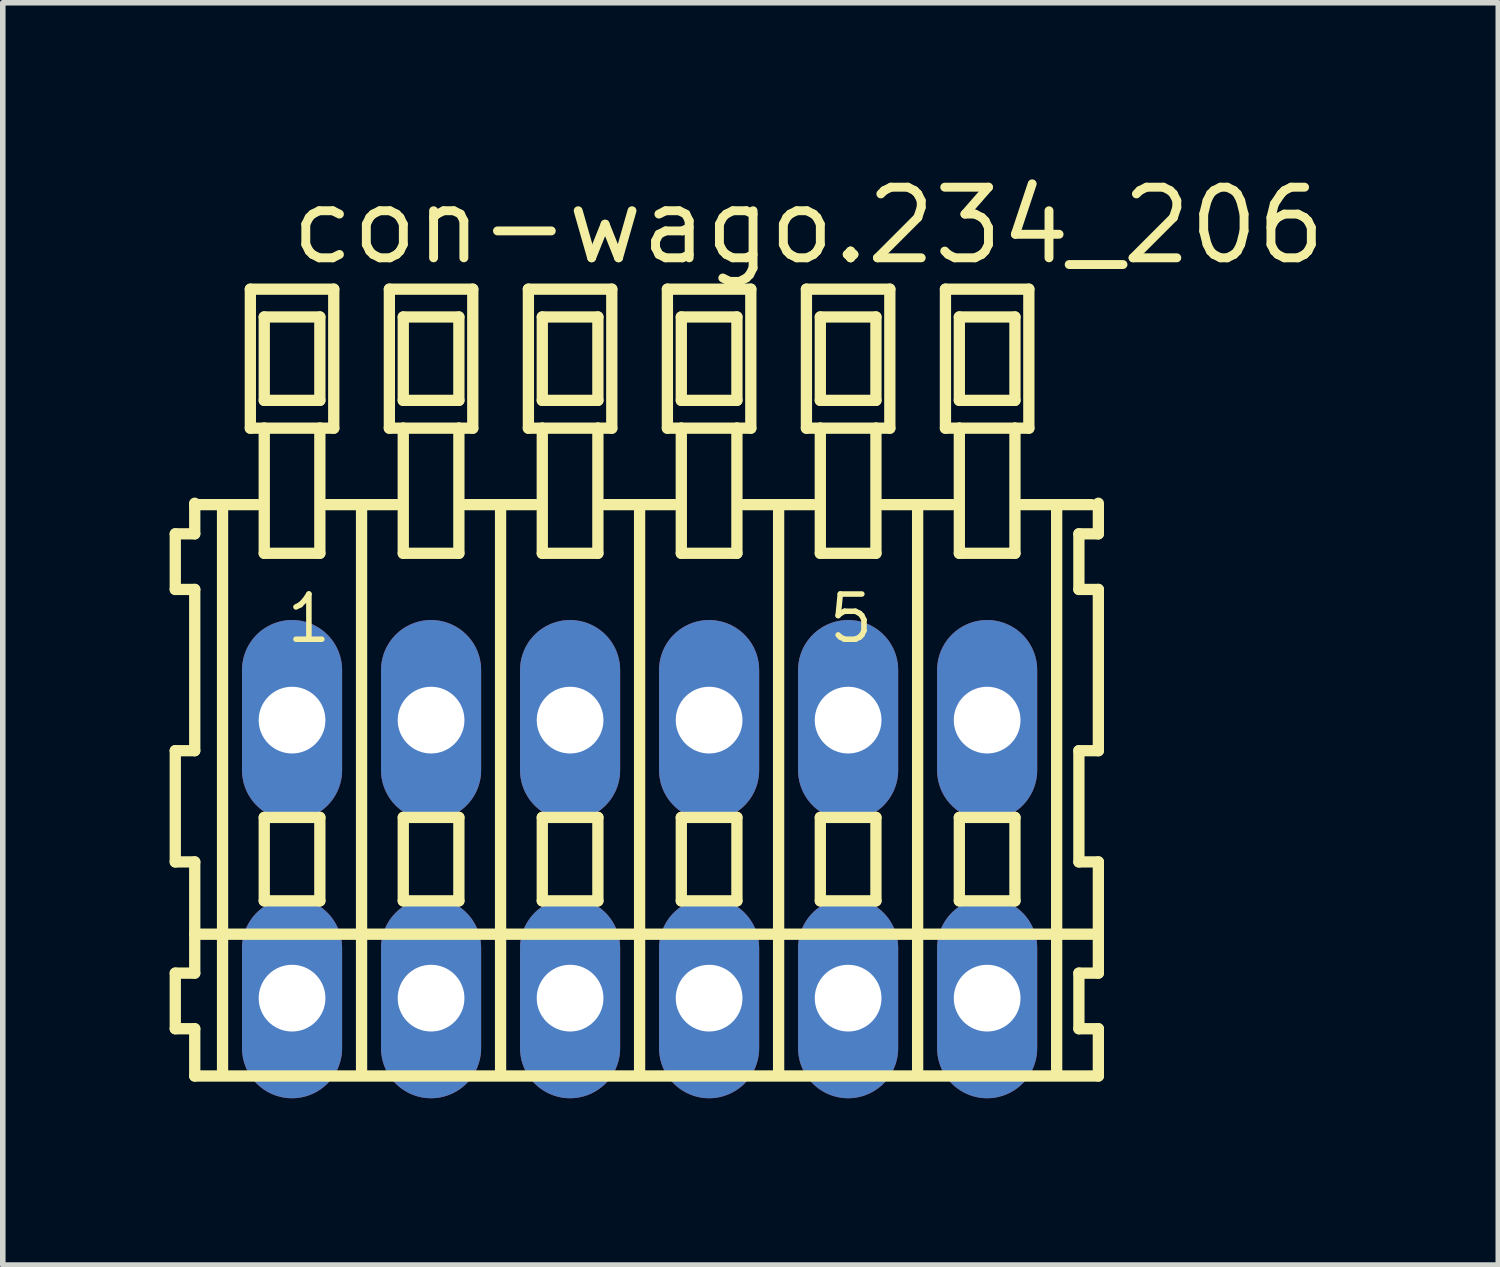
<source format=kicad_pcb>
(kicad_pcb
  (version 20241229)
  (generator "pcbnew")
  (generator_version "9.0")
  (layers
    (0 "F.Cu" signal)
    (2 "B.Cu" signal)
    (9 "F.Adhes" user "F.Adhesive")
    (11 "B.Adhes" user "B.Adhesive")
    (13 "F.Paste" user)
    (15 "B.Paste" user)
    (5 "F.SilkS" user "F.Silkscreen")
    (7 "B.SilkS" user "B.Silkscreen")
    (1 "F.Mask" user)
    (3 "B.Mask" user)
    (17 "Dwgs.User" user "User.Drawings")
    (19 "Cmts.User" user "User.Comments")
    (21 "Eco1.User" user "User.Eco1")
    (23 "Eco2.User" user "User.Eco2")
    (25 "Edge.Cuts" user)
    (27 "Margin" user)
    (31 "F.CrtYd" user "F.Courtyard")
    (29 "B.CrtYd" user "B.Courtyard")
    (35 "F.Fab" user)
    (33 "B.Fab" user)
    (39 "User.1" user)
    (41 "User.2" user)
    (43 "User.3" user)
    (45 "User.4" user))
  (footprint "con-wago.234_206"
    (layer "F.Cu")
    (at 8.452 12.4)
    (property "Reference" "con-wago.234_206" (at -6.35 -10.65 0) (layer "F.SilkS") (effects (font (size 1.27 1.27) (thickness 0.16)) (justify left bottom)))
    (attr through_hole)
    (fp_line (start -8.35 -5.85) (end -8.35 -4.85) (stroke (width 0.203) (type default)) (layer "F.SilkS"))
    (fp_line (start -8.35 -4.85) (end -8 -4.85) (stroke (width 0.203) (type default)) (layer "F.SilkS"))
    (fp_line (start -8.35 -1.95) (end -8.35 0.05) (stroke (width 0.203) (type default)) (layer "F.SilkS"))
    (fp_line (start -8.35 0.05) (end -8 0.05) (stroke (width 0.203) (type default)) (layer "F.SilkS"))
    (fp_line (start -8.35 2.05) (end -8.35 3.05) (stroke (width 0.203) (type default)) (layer "F.SilkS"))
    (fp_line (start -8.35 3.05) (end -8 3.05) (stroke (width 0.203) (type default)) (layer "F.SilkS"))
    (fp_line (start -8 -6.4) (end -8 -6.375) (stroke (width 0.203) (type default)) (layer "F.SilkS"))
    (fp_line (start -8 -6.375) (end -8 -5.85) (stroke (width 0.203) (type default)) (layer "F.SilkS"))
    (fp_line (start -8 -6.375) (end -6.875 -6.375) (stroke (width 0.203) (type default)) (layer "F.SilkS"))
    (fp_line (start -8 -5.85) (end -8.35 -5.85) (stroke (width 0.203) (type default)) (layer "F.SilkS"))
    (fp_line (start -8 -4.85) (end -8 -1.95) (stroke (width 0.203) (type default)) (layer "F.SilkS"))
    (fp_line (start -8 -1.95) (end -8.35 -1.95) (stroke (width 0.203) (type default)) (layer "F.SilkS"))
    (fp_line (start -8 0.05) (end -8 1.35) (stroke (width 0.203) (type default)) (layer "F.SilkS"))
    (fp_line (start -8 1.35) (end -8 2.05) (stroke (width 0.203) (type default)) (layer "F.SilkS"))
    (fp_line (start -8 1.35) (end 8.25 1.35) (stroke (width 0.203) (type default)) (layer "F.SilkS"))
    (fp_line (start -8 2.05) (end -8.35 2.05) (stroke (width 0.203) (type default)) (layer "F.SilkS"))
    (fp_line (start -8 3.05) (end -8 3.9) (stroke (width 0.203) (type default)) (layer "F.SilkS"))
    (fp_line (start -8 3.9) (end 8.25 3.9) (stroke (width 0.203) (type default)) (layer "F.SilkS"))
    (fp_line (start -7.5 -6.35) (end -7.5 3.8) (stroke (width 0.203) (type default)) (layer "F.SilkS"))
    (fp_line (start -7 -10.25) (end -7 -7.75) (stroke (width 0.203) (type default)) (layer "F.SilkS"))
    (fp_line (start -7 -7.75) (end -6.75 -7.75) (stroke (width 0.203) (type default)) (layer "F.SilkS"))
    (fp_line (start -6.75 -9.75) (end -6.75 -8.25) (stroke (width 0.203) (type default)) (layer "F.SilkS"))
    (fp_line (start -6.75 -8.25) (end -5.75 -8.25) (stroke (width 0.203) (type default)) (layer "F.SilkS"))
    (fp_line (start -6.75 -7.75) (end -6.75 -5.5) (stroke (width 0.203) (type default)) (layer "F.SilkS"))
    (fp_line (start -6.75 -7.75) (end -5.75 -7.75) (stroke (width 0.203) (type default)) (layer "F.SilkS"))
    (fp_line (start -6.75 -5.5) (end -5.75 -5.5) (stroke (width 0.203) (type default)) (layer "F.SilkS"))
    (fp_line (start -6.75 -0.75) (end -6.75 0.75) (stroke (width 0.203) (type default)) (layer "F.SilkS"))
    (fp_line (start -6.75 0.75) (end -5.75 0.75) (stroke (width 0.203) (type default)) (layer "F.SilkS"))
    (fp_line (start -5.75 -9.75) (end -6.75 -9.75) (stroke (width 0.203) (type default)) (layer "F.SilkS"))
    (fp_line (start -5.75 -8.25) (end -5.75 -9.75) (stroke (width 0.203) (type default)) (layer "F.SilkS"))
    (fp_line (start -5.75 -7.75) (end -5.5 -7.75) (stroke (width 0.203) (type default)) (layer "F.SilkS"))
    (fp_line (start -5.75 -5.5) (end -5.75 -7.75) (stroke (width 0.203) (type default)) (layer "F.SilkS"))
    (fp_line (start -5.75 -0.75) (end -6.75 -0.75) (stroke (width 0.203) (type default)) (layer "F.SilkS"))
    (fp_line (start -5.75 0.75) (end -5.75 -0.75) (stroke (width 0.203) (type default)) (layer "F.SilkS"))
    (fp_line (start -5.625 -6.375) (end -4.375 -6.375) (stroke (width 0.203) (type default)) (layer "F.SilkS"))
    (fp_line (start -5.5 -10.25) (end -7 -10.25) (stroke (width 0.203) (type default)) (layer "F.SilkS"))
    (fp_line (start -5.5 -7.75) (end -5.5 -10.25) (stroke (width 0.203) (type default)) (layer "F.SilkS"))
    (fp_line (start -5 -6.35) (end -5 3.8) (stroke (width 0.203) (type default)) (layer "F.SilkS"))
    (fp_line (start -4.5 -10.25) (end -4.5 -7.75) (stroke (width 0.203) (type default)) (layer "F.SilkS"))
    (fp_line (start -4.5 -7.75) (end -4.25 -7.75) (stroke (width 0.203) (type default)) (layer "F.SilkS"))
    (fp_line (start -4.25 -9.75) (end -4.25 -8.25) (stroke (width 0.203) (type default)) (layer "F.SilkS"))
    (fp_line (start -4.25 -8.25) (end -3.25 -8.25) (stroke (width 0.203) (type default)) (layer "F.SilkS"))
    (fp_line (start -4.25 -7.75) (end -4.25 -5.5) (stroke (width 0.203) (type default)) (layer "F.SilkS"))
    (fp_line (start -4.25 -7.75) (end -3.25 -7.75) (stroke (width 0.203) (type default)) (layer "F.SilkS"))
    (fp_line (start -4.25 -5.5) (end -3.25 -5.5) (stroke (width 0.203) (type default)) (layer "F.SilkS"))
    (fp_line (start -4.25 -0.75) (end -4.25 0.75) (stroke (width 0.203) (type default)) (layer "F.SilkS"))
    (fp_line (start -4.25 0.75) (end -3.25 0.75) (stroke (width 0.203) (type default)) (layer "F.SilkS"))
    (fp_line (start -3.25 -9.75) (end -4.25 -9.75) (stroke (width 0.203) (type default)) (layer "F.SilkS"))
    (fp_line (start -3.25 -8.25) (end -3.25 -9.75) (stroke (width 0.203) (type default)) (layer "F.SilkS"))
    (fp_line (start -3.25 -7.75) (end -3 -7.75) (stroke (width 0.203) (type default)) (layer "F.SilkS"))
    (fp_line (start -3.25 -5.5) (end -3.25 -7.75) (stroke (width 0.203) (type default)) (layer "F.SilkS"))
    (fp_line (start -3.25 -0.75) (end -4.25 -0.75) (stroke (width 0.203) (type default)) (layer "F.SilkS"))
    (fp_line (start -3.25 0.75) (end -3.25 -0.75) (stroke (width 0.203) (type default)) (layer "F.SilkS"))
    (fp_line (start -3.125 -6.375) (end -1.875 -6.375) (stroke (width 0.203) (type default)) (layer "F.SilkS"))
    (fp_line (start -3 -10.25) (end -4.5 -10.25) (stroke (width 0.203) (type default)) (layer "F.SilkS"))
    (fp_line (start -3 -7.75) (end -3 -10.25) (stroke (width 0.203) (type default)) (layer "F.SilkS"))
    (fp_line (start -2.5 -6.35) (end -2.5 3.8) (stroke (width 0.203) (type default)) (layer "F.SilkS"))
    (fp_line (start -2 -10.25) (end -2 -7.75) (stroke (width 0.203) (type default)) (layer "F.SilkS"))
    (fp_line (start -2 -7.75) (end -1.75 -7.75) (stroke (width 0.203) (type default)) (layer "F.SilkS"))
    (fp_line (start -1.75 -9.75) (end -1.75 -8.25) (stroke (width 0.203) (type default)) (layer "F.SilkS"))
    (fp_line (start -1.75 -8.25) (end -0.75 -8.25) (stroke (width 0.203) (type default)) (layer "F.SilkS"))
    (fp_line (start -1.75 -7.75) (end -1.75 -5.5) (stroke (width 0.203) (type default)) (layer "F.SilkS"))
    (fp_line (start -1.75 -7.75) (end -0.75 -7.75) (stroke (width 0.203) (type default)) (layer "F.SilkS"))
    (fp_line (start -1.75 -5.5) (end -0.75 -5.5) (stroke (width 0.203) (type default)) (layer "F.SilkS"))
    (fp_line (start -1.75 -0.75) (end -1.75 0.75) (stroke (width 0.203) (type default)) (layer "F.SilkS"))
    (fp_line (start -1.75 0.75) (end -0.75 0.75) (stroke (width 0.203) (type default)) (layer "F.SilkS"))
    (fp_line (start -0.75 -9.75) (end -1.75 -9.75) (stroke (width 0.203) (type default)) (layer "F.SilkS"))
    (fp_line (start -0.75 -8.25) (end -0.75 -9.75) (stroke (width 0.203) (type default)) (layer "F.SilkS"))
    (fp_line (start -0.75 -7.75) (end -0.5 -7.75) (stroke (width 0.203) (type default)) (layer "F.SilkS"))
    (fp_line (start -0.75 -5.5) (end -0.75 -7.75) (stroke (width 0.203) (type default)) (layer "F.SilkS"))
    (fp_line (start -0.75 -0.75) (end -1.75 -0.75) (stroke (width 0.203) (type default)) (layer "F.SilkS"))
    (fp_line (start -0.75 0.75) (end -0.75 -0.75) (stroke (width 0.203) (type default)) (layer "F.SilkS"))
    (fp_line (start -0.625 -6.375) (end 0.625 -6.375) (stroke (width 0.203) (type default)) (layer "F.SilkS"))
    (fp_line (start -0.5 -10.25) (end -2 -10.25) (stroke (width 0.203) (type default)) (layer "F.SilkS"))
    (fp_line (start -0.5 -7.75) (end -0.5 -10.25) (stroke (width 0.203) (type default)) (layer "F.SilkS"))
    (fp_line (start 0 -6.35) (end 0 3.8) (stroke (width 0.203) (type default)) (layer "F.SilkS"))
    (fp_line (start 0.5 -10.25) (end 0.5 -7.75) (stroke (width 0.203) (type default)) (layer "F.SilkS"))
    (fp_line (start 0.5 -7.75) (end 0.75 -7.75) (stroke (width 0.203) (type default)) (layer "F.SilkS"))
    (fp_line (start 0.75 -9.75) (end 0.75 -8.25) (stroke (width 0.203) (type default)) (layer "F.SilkS"))
    (fp_line (start 0.75 -8.25) (end 1.75 -8.25) (stroke (width 0.203) (type default)) (layer "F.SilkS"))
    (fp_line (start 0.75 -7.75) (end 0.75 -5.5) (stroke (width 0.203) (type default)) (layer "F.SilkS"))
    (fp_line (start 0.75 -7.75) (end 1.75 -7.75) (stroke (width 0.203) (type default)) (layer "F.SilkS"))
    (fp_line (start 0.75 -5.5) (end 1.75 -5.5) (stroke (width 0.203) (type default)) (layer "F.SilkS"))
    (fp_line (start 0.75 -0.75) (end 0.75 0.75) (stroke (width 0.203) (type default)) (layer "F.SilkS"))
    (fp_line (start 0.75 0.75) (end 1.75 0.75) (stroke (width 0.203) (type default)) (layer "F.SilkS"))
    (fp_line (start 1.75 -9.75) (end 0.75 -9.75) (stroke (width 0.203) (type default)) (layer "F.SilkS"))
    (fp_line (start 1.75 -8.25) (end 1.75 -9.75) (stroke (width 0.203) (type default)) (layer "F.SilkS"))
    (fp_line (start 1.75 -7.75) (end 2 -7.75) (stroke (width 0.203) (type default)) (layer "F.SilkS"))
    (fp_line (start 1.75 -5.5) (end 1.75 -7.75) (stroke (width 0.203) (type default)) (layer "F.SilkS"))
    (fp_line (start 1.75 -0.75) (end 0.75 -0.75) (stroke (width 0.203) (type default)) (layer "F.SilkS"))
    (fp_line (start 1.75 0.75) (end 1.75 -0.75) (stroke (width 0.203) (type default)) (layer "F.SilkS"))
    (fp_line (start 1.875 -6.375) (end 3.125 -6.375) (stroke (width 0.203) (type default)) (layer "F.SilkS"))
    (fp_line (start 2 -10.25) (end 0.5 -10.25) (stroke (width 0.203) (type default)) (layer "F.SilkS"))
    (fp_line (start 2 -7.75) (end 2 -10.25) (stroke (width 0.203) (type default)) (layer "F.SilkS"))
    (fp_line (start 2.5 -6.35) (end 2.5 3.8) (stroke (width 0.203) (type default)) (layer "F.SilkS"))
    (fp_line (start 3 -10.25) (end 3 -7.75) (stroke (width 0.203) (type default)) (layer "F.SilkS"))
    (fp_line (start 3 -7.75) (end 3.25 -7.75) (stroke (width 0.203) (type default)) (layer "F.SilkS"))
    (fp_line (start 3.25 -9.75) (end 3.25 -8.25) (stroke (width 0.203) (type default)) (layer "F.SilkS"))
    (fp_line (start 3.25 -8.25) (end 4.25 -8.25) (stroke (width 0.203) (type default)) (layer "F.SilkS"))
    (fp_line (start 3.25 -7.75) (end 3.25 -5.5) (stroke (width 0.203) (type default)) (layer "F.SilkS"))
    (fp_line (start 3.25 -7.75) (end 4.25 -7.75) (stroke (width 0.203) (type default)) (layer "F.SilkS"))
    (fp_line (start 3.25 -5.5) (end 4.25 -5.5) (stroke (width 0.203) (type default)) (layer "F.SilkS"))
    (fp_line (start 3.25 -0.75) (end 3.25 0.75) (stroke (width 0.203) (type default)) (layer "F.SilkS"))
    (fp_line (start 3.25 0.75) (end 4.25 0.75) (stroke (width 0.203) (type default)) (layer "F.SilkS"))
    (fp_line (start 4.25 -9.75) (end 3.25 -9.75) (stroke (width 0.203) (type default)) (layer "F.SilkS"))
    (fp_line (start 4.25 -8.25) (end 4.25 -9.75) (stroke (width 0.203) (type default)) (layer "F.SilkS"))
    (fp_line (start 4.25 -7.75) (end 4.5 -7.75) (stroke (width 0.203) (type default)) (layer "F.SilkS"))
    (fp_line (start 4.25 -5.5) (end 4.25 -7.75) (stroke (width 0.203) (type default)) (layer "F.SilkS"))
    (fp_line (start 4.25 -0.75) (end 3.25 -0.75) (stroke (width 0.203) (type default)) (layer "F.SilkS"))
    (fp_line (start 4.25 0.75) (end 4.25 -0.75) (stroke (width 0.203) (type default)) (layer "F.SilkS"))
    (fp_line (start 4.375 -6.375) (end 5.625 -6.375) (stroke (width 0.203) (type default)) (layer "F.SilkS"))
    (fp_line (start 4.5 -10.25) (end 3 -10.25) (stroke (width 0.203) (type default)) (layer "F.SilkS"))
    (fp_line (start 4.5 -7.75) (end 4.5 -10.25) (stroke (width 0.203) (type default)) (layer "F.SilkS"))
    (fp_line (start 5 -6.35) (end 5 3.8) (stroke (width 0.203) (type default)) (layer "F.SilkS"))
    (fp_line (start 5.5 -10.25) (end 5.5 -7.75) (stroke (width 0.203) (type default)) (layer "F.SilkS"))
    (fp_line (start 5.5 -7.75) (end 5.75 -7.75) (stroke (width 0.203) (type default)) (layer "F.SilkS"))
    (fp_line (start 5.75 -9.75) (end 5.75 -8.25) (stroke (width 0.203) (type default)) (layer "F.SilkS"))
    (fp_line (start 5.75 -8.25) (end 6.75 -8.25) (stroke (width 0.203) (type default)) (layer "F.SilkS"))
    (fp_line (start 5.75 -7.75) (end 5.75 -5.5) (stroke (width 0.203) (type default)) (layer "F.SilkS"))
    (fp_line (start 5.75 -7.75) (end 6.75 -7.75) (stroke (width 0.203) (type default)) (layer "F.SilkS"))
    (fp_line (start 5.75 -5.5) (end 6.75 -5.5) (stroke (width 0.203) (type default)) (layer "F.SilkS"))
    (fp_line (start 5.75 -0.75) (end 5.75 0.75) (stroke (width 0.203) (type default)) (layer "F.SilkS"))
    (fp_line (start 5.75 0.75) (end 6.75 0.75) (stroke (width 0.203) (type default)) (layer "F.SilkS"))
    (fp_line (start 6.75 -9.75) (end 5.75 -9.75) (stroke (width 0.203) (type default)) (layer "F.SilkS"))
    (fp_line (start 6.75 -8.25) (end 6.75 -9.75) (stroke (width 0.203) (type default)) (layer "F.SilkS"))
    (fp_line (start 6.75 -7.75) (end 7 -7.75) (stroke (width 0.203) (type default)) (layer "F.SilkS"))
    (fp_line (start 6.75 -5.5) (end 6.75 -7.75) (stroke (width 0.203) (type default)) (layer "F.SilkS"))
    (fp_line (start 6.75 -0.75) (end 5.75 -0.75) (stroke (width 0.203) (type default)) (layer "F.SilkS"))
    (fp_line (start 6.75 0.75) (end 6.75 -0.75) (stroke (width 0.203) (type default)) (layer "F.SilkS"))
    (fp_line (start 6.875 -6.375) (end 8.125 -6.375) (stroke (width 0.203) (type default)) (layer "F.SilkS"))
    (fp_line (start 7 -10.25) (end 5.5 -10.25) (stroke (width 0.203) (type default)) (layer "F.SilkS"))
    (fp_line (start 7 -7.75) (end 7 -10.25) (stroke (width 0.203) (type default)) (layer "F.SilkS"))
    (fp_line (start 7.5 -6.35) (end 7.5 3.8) (stroke (width 0.203) (type default)) (layer "F.SilkS"))
    (fp_line (start 7.9 -5.85) (end 7.9 -4.85) (stroke (width 0.203) (type default)) (layer "F.SilkS"))
    (fp_line (start 7.9 -4.85) (end 8.25 -4.85) (stroke (width 0.203) (type default)) (layer "F.SilkS"))
    (fp_line (start 7.9 -1.95) (end 7.9 0.05) (stroke (width 0.203) (type default)) (layer "F.SilkS"))
    (fp_line (start 7.9 0.05) (end 8.25 0.05) (stroke (width 0.203) (type default)) (layer "F.SilkS"))
    (fp_line (start 7.9 2.05) (end 7.9 3.05) (stroke (width 0.203) (type default)) (layer "F.SilkS"))
    (fp_line (start 7.9 3.05) (end 8.25 3.05) (stroke (width 0.203) (type default)) (layer "F.SilkS"))
    (fp_line (start 8.25 -5.85) (end 7.9 -5.85) (stroke (width 0.203) (type default)) (layer "F.SilkS"))
    (fp_line (start 8.25 -5.85) (end 8.25 -6.4) (stroke (width 0.203) (type default)) (layer "F.SilkS"))
    (fp_line (start 8.25 -1.95) (end 7.9 -1.95) (stroke (width 0.203) (type default)) (layer "F.SilkS"))
    (fp_line (start 8.25 -1.95) (end 8.25 -4.85) (stroke (width 0.203) (type default)) (layer "F.SilkS"))
    (fp_line (start 8.25 1.35) (end 8.25 0.05) (stroke (width 0.203) (type default)) (layer "F.SilkS"))
    (fp_line (start 8.25 2.05) (end 7.9 2.05) (stroke (width 0.203) (type default)) (layer "F.SilkS"))
    (fp_line (start 8.25 2.05) (end 8.25 1.35) (stroke (width 0.203) (type default)) (layer "F.SilkS"))
    (fp_line (start 8.25 3.9) (end 8.25 3.05) (stroke (width 0.203) (type default)) (layer "F.SilkS"))
    (fp_text user "1" (at -6.4 -3.85 0) (layer "F.SilkS") (effects (font (size 0.813 0.813) (thickness 0.1)) (justify left bottom)))
    (fp_text user "5" (at 3.35 -3.85 0) (layer "F.SilkS") (effects (font (size 0.813 0.813) (thickness 0.1)) (justify left bottom)))
    (pad "A1" thru_hole oval (at -6.25 -2.5 90) (size 3.6 1.8) (drill 1.2) (layers "*.Cu" "*.Mask"))
    (pad "A2" thru_hole oval (at -3.75 -2.5 90) (size 3.6 1.8) (drill 1.2) (layers "*.Cu" "*.Mask"))
    (pad "A3" thru_hole oval (at -1.25 -2.5 90) (size 3.6 1.8) (drill 1.2) (layers "*.Cu" "*.Mask"))
    (pad "A4" thru_hole oval (at 1.25 -2.5 90) (size 3.6 1.8) (drill 1.2) (layers "*.Cu" "*.Mask"))
    (pad "A5" thru_hole oval (at 3.75 -2.5 90) (size 3.6 1.8) (drill 1.2) (layers "*.Cu" "*.Mask"))
    (pad "A6" thru_hole oval (at 6.25 -2.5 90) (size 3.6 1.8) (drill 1.2) (layers "*.Cu" "*.Mask"))
    (pad "B1" thru_hole oval (at -6.25 2.5 90) (size 3.6 1.8) (drill 1.2) (layers "*.Cu" "*.Mask"))
    (pad "B2" thru_hole oval (at -3.75 2.5 90) (size 3.6 1.8) (drill 1.2) (layers "*.Cu" "*.Mask"))
    (pad "B3" thru_hole oval (at -1.25 2.5 90) (size 3.6 1.8) (drill 1.2) (layers "*.Cu" "*.Mask"))
    (pad "B4" thru_hole oval (at 1.25 2.5 90) (size 3.6 1.8) (drill 1.2) (layers "*.Cu" "*.Mask"))
    (pad "B5" thru_hole oval (at 3.75 2.5 90) (size 3.6 1.8) (drill 1.2) (layers "*.Cu" "*.Mask"))
    (pad "B6" thru_hole oval (at 6.25 2.5 90) (size 3.6 1.8) (drill 1.2) (layers "*.Cu" "*.Mask")))
  (gr_rect
    (start -3 -3)
    (end 23.894 19.7)
    (stroke (width 0.1) (type default))
    (fill no)
    (layer "Edge.Cuts")))
</source>
